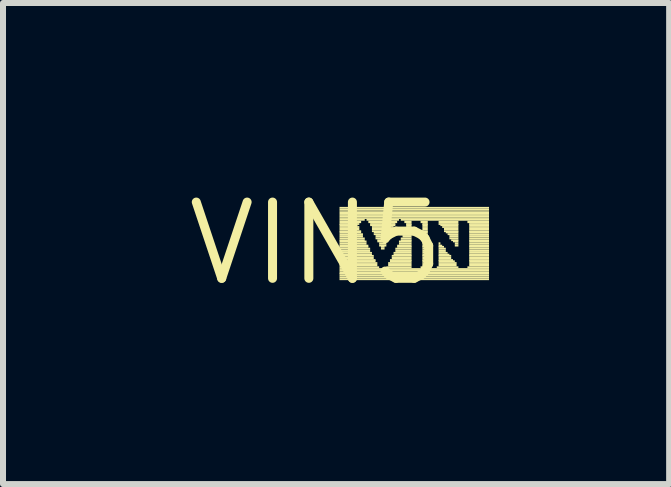
<source format=kicad_pcb>
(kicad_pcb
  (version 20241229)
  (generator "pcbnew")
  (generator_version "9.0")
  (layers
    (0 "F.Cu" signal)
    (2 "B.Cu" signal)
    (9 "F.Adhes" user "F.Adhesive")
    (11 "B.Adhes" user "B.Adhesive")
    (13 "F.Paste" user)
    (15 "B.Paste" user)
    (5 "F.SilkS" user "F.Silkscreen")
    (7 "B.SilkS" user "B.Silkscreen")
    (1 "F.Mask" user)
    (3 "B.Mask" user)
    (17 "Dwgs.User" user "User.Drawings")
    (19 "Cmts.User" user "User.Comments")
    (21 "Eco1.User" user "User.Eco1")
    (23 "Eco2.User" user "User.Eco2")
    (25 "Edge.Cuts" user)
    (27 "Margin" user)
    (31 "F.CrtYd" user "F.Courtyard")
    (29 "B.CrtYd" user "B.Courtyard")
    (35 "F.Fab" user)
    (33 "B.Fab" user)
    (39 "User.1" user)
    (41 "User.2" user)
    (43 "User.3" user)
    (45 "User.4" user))
  (footprint "VIN5"
    (layer "F.Cu")
    (at 2.215 1.006)
    (property "Reference" "VIN5" (at 0 0 0) (layer "F.SilkS") (effects (font (size 1.27 1.27) (thickness 0.15))))
    (fp_poly (pts (xy 0.39 -0.58) (xy 2.88 -0.58) (xy 2.88 -0.61) (xy 0.39 -0.61)) (stroke (width 0) (type default)) (fill yes) (layer "F.SilkS"))
    (fp_poly (pts (xy 0.39 -0.55) (xy 2.88 -0.55) (xy 2.88 -0.58) (xy 0.39 -0.58)) (stroke (width 0) (type default)) (fill yes) (layer "F.SilkS"))
    (fp_poly (pts (xy 0.39 -0.53) (xy 2.88 -0.53) (xy 2.88 -0.55) (xy 0.39 -0.55)) (stroke (width 0) (type default)) (fill yes) (layer "F.SilkS"))
    (fp_poly (pts (xy 0.39 -0.49) (xy 2.88 -0.49) (xy 2.88 -0.53) (xy 0.39 -0.53)) (stroke (width 0) (type default)) (fill yes) (layer "F.SilkS"))
    (fp_poly (pts (xy 0.39 -0.46) (xy 2.88 -0.46) (xy 2.88 -0.49) (xy 0.39 -0.49)) (stroke (width 0) (type default)) (fill yes) (layer "F.SilkS"))
    (fp_poly (pts (xy 0.39 -0.43) (xy 2.88 -0.43) (xy 2.88 -0.46) (xy 0.39 -0.46)) (stroke (width 0) (type default)) (fill yes) (layer "F.SilkS"))
    (fp_poly (pts (xy 0.39 -0.41) (xy 2.88 -0.41) (xy 2.88 -0.43) (xy 0.39 -0.43)) (stroke (width 0) (type default)) (fill yes) (layer "F.SilkS"))
    (fp_poly (pts (xy 0.39 -0.38) (xy 0.81 -0.38) (xy 0.81 -0.41) (xy 0.39 -0.41)) (stroke (width 0) (type default)) (fill yes) (layer "F.SilkS"))
    (fp_poly (pts (xy 0.39 -0.34) (xy 0.75 -0.34) (xy 0.75 -0.38) (xy 0.39 -0.38)) (stroke (width 0) (type default)) (fill yes) (layer "F.SilkS"))
    (fp_poly (pts (xy 0.39 -0.31) (xy 0.72 -0.31) (xy 0.72 -0.34) (xy 0.39 -0.34)) (stroke (width 0) (type default)) (fill yes) (layer "F.SilkS"))
    (fp_poly (pts (xy 0.39 -0.29) (xy 0.69 -0.29) (xy 0.69 -0.32) (xy 0.39 -0.32)) (stroke (width 0) (type default)) (fill yes) (layer "F.SilkS"))
    (fp_poly (pts (xy 0.39 -0.26) (xy 0.72 -0.26) (xy 0.72 -0.29) (xy 0.39 -0.29)) (stroke (width 0) (type default)) (fill yes) (layer "F.SilkS"))
    (fp_poly (pts (xy 0.39 -0.22) (xy 0.72 -0.22) (xy 0.72 -0.26) (xy 0.39 -0.26)) (stroke (width 0) (type default)) (fill yes) (layer "F.SilkS"))
    (fp_poly (pts (xy 0.39 -0.19) (xy 0.75 -0.19) (xy 0.75 -0.22) (xy 0.39 -0.22)) (stroke (width 0) (type default)) (fill yes) (layer "F.SilkS"))
    (fp_poly (pts (xy 0.39 -0.17) (xy 0.75 -0.17) (xy 0.75 -0.2) (xy 0.39 -0.2)) (stroke (width 0) (type default)) (fill yes) (layer "F.SilkS"))
    (fp_poly (pts (xy 0.39 -0.14) (xy 0.78 -0.14) (xy 0.78 -0.17) (xy 0.39 -0.17)) (stroke (width 0) (type default)) (fill yes) (layer "F.SilkS"))
    (fp_poly (pts (xy 0.39 -0.1) (xy 0.78 -0.1) (xy 0.78 -0.14) (xy 0.39 -0.14)) (stroke (width 0) (type default)) (fill yes) (layer "F.SilkS"))
    (fp_poly (pts (xy 0.39 -0.07) (xy 0.81 -0.07) (xy 0.81 -0.1) (xy 0.39 -0.1)) (stroke (width 0) (type default)) (fill yes) (layer "F.SilkS"))
    (fp_poly (pts (xy 0.39 -0.04) (xy 0.81 -0.04) (xy 0.81 -0.07) (xy 0.39 -0.07)) (stroke (width 0) (type default)) (fill yes) (layer "F.SilkS"))
    (fp_poly (pts (xy 0.39 -0.02) (xy 0.84 -0.02) (xy 0.84 -0.05) (xy 0.39 -0.05)) (stroke (width 0) (type default)) (fill yes) (layer "F.SilkS"))
    (fp_poly (pts (xy 0.39 0.02) (xy 0.84 0.02) (xy 0.84 -0.02) (xy 0.39 -0.02)) (stroke (width 0) (type default)) (fill yes) (layer "F.SilkS"))
    (fp_poly (pts (xy 0.39 0.05) (xy 0.87 0.05) (xy 0.87 0.02) (xy 0.39 0.02)) (stroke (width 0) (type default)) (fill yes) (layer "F.SilkS"))
    (fp_poly (pts (xy 0.39 0.07) (xy 0.87 0.07) (xy 0.87 0.04) (xy 0.39 0.04)) (stroke (width 0) (type default)) (fill yes) (layer "F.SilkS"))
    (fp_poly (pts (xy 0.39 0.1) (xy 0.9 0.1) (xy 0.9 0.07) (xy 0.39 0.07)) (stroke (width 0) (type default)) (fill yes) (layer "F.SilkS"))
    (fp_poly (pts (xy 0.39 0.14) (xy 0.9 0.14) (xy 0.9 0.1) (xy 0.39 0.1)) (stroke (width 0) (type default)) (fill yes) (layer "F.SilkS"))
    (fp_poly (pts (xy 0.39 0.17) (xy 0.93 0.17) (xy 0.93 0.14) (xy 0.39 0.14)) (stroke (width 0) (type default)) (fill yes) (layer "F.SilkS"))
    (fp_poly (pts (xy 0.39 0.2) (xy 0.93 0.2) (xy 0.93 0.17) (xy 0.39 0.17)) (stroke (width 0) (type default)) (fill yes) (layer "F.SilkS"))
    (fp_poly (pts (xy 0.39 0.22) (xy 0.96 0.22) (xy 0.96 0.19) (xy 0.39 0.19)) (stroke (width 0) (type default)) (fill yes) (layer "F.SilkS"))
    (fp_poly (pts (xy 0.39 0.26) (xy 0.96 0.26) (xy 0.96 0.22) (xy 0.39 0.22)) (stroke (width 0) (type default)) (fill yes) (layer "F.SilkS"))
    (fp_poly (pts (xy 0.39 0.29) (xy 0.99 0.29) (xy 0.99 0.26) (xy 0.39 0.26)) (stroke (width 0) (type default)) (fill yes) (layer "F.SilkS"))
    (fp_poly (pts (xy 0.39 0.31) (xy 0.99 0.31) (xy 0.99 0.28) (xy 0.39 0.28)) (stroke (width 0) (type default)) (fill yes) (layer "F.SilkS"))
    (fp_poly (pts (xy 0.39 0.34) (xy 1.02 0.34) (xy 1.02 0.31) (xy 0.39 0.31)) (stroke (width 0) (type default)) (fill yes) (layer "F.SilkS"))
    (fp_poly (pts (xy 0.39 0.38) (xy 1.02 0.38) (xy 1.02 0.34) (xy 0.39 0.34)) (stroke (width 0) (type default)) (fill yes) (layer "F.SilkS"))
    (fp_poly (pts (xy 0.39 0.41) (xy 1.05 0.41) (xy 1.05 0.38) (xy 0.39 0.38)) (stroke (width 0) (type default)) (fill yes) (layer "F.SilkS"))
    (fp_poly (pts (xy 0.39 0.44) (xy 2.88 0.44) (xy 2.88 0.41) (xy 0.39 0.41)) (stroke (width 0) (type default)) (fill yes) (layer "F.SilkS"))
    (fp_poly (pts (xy 0.39 0.47) (xy 2.88 0.47) (xy 2.88 0.44) (xy 0.39 0.44)) (stroke (width 0) (type default)) (fill yes) (layer "F.SilkS"))
    (fp_poly (pts (xy 0.39 0.5) (xy 2.88 0.5) (xy 2.88 0.47) (xy 0.39 0.47)) (stroke (width 0) (type default)) (fill yes) (layer "F.SilkS"))
    (fp_poly (pts (xy 0.39 0.52) (xy 2.88 0.52) (xy 2.88 0.49) (xy 0.39 0.49)) (stroke (width 0) (type default)) (fill yes) (layer "F.SilkS"))
    (fp_poly (pts (xy 0.39 0.55) (xy 2.88 0.55) (xy 2.88 0.52) (xy 0.39 0.52)) (stroke (width 0) (type default)) (fill yes) (layer "F.SilkS"))
    (fp_poly (pts (xy 0.39 0.58) (xy 2.88 0.58) (xy 2.88 0.55) (xy 0.39 0.55)) (stroke (width 0) (type default)) (fill yes) (layer "F.SilkS"))
    (fp_poly (pts (xy 0.39 0.61) (xy 2.88 0.61) (xy 2.88 0.58) (xy 0.39 0.58)) (stroke (width 0) (type default)) (fill yes) (layer "F.SilkS"))
    (fp_poly (pts (xy 0.84 -0.38) (xy 1.38 -0.38) (xy 1.38 -0.41) (xy 0.84 -0.41)) (stroke (width 0) (type default)) (fill yes) (layer "F.SilkS"))
    (fp_poly (pts (xy 0.87 -0.34) (xy 1.35 -0.34) (xy 1.35 -0.38) (xy 0.87 -0.38)) (stroke (width 0) (type default)) (fill yes) (layer "F.SilkS"))
    (fp_poly (pts (xy 0.9 -0.31) (xy 1.32 -0.31) (xy 1.32 -0.34) (xy 0.9 -0.34)) (stroke (width 0) (type default)) (fill yes) (layer "F.SilkS"))
    (fp_poly (pts (xy 0.9 -0.29) (xy 1.32 -0.29) (xy 1.32 -0.32) (xy 0.9 -0.32)) (stroke (width 0) (type default)) (fill yes) (layer "F.SilkS"))
    (fp_poly (pts (xy 0.93 -0.26) (xy 1.29 -0.26) (xy 1.29 -0.29) (xy 0.93 -0.29)) (stroke (width 0) (type default)) (fill yes) (layer "F.SilkS"))
    (fp_poly (pts (xy 0.93 -0.22) (xy 1.29 -0.22) (xy 1.29 -0.26) (xy 0.93 -0.26)) (stroke (width 0) (type default)) (fill yes) (layer "F.SilkS"))
    (fp_poly (pts (xy 0.93 -0.19) (xy 1.26 -0.19) (xy 1.26 -0.22) (xy 0.93 -0.22)) (stroke (width 0) (type default)) (fill yes) (layer "F.SilkS"))
    (fp_poly (pts (xy 0.96 -0.17) (xy 1.26 -0.17) (xy 1.26 -0.2) (xy 0.96 -0.2)) (stroke (width 0) (type default)) (fill yes) (layer "F.SilkS"))
    (fp_poly (pts (xy 0.96 -0.14) (xy 1.23 -0.14) (xy 1.23 -0.17) (xy 0.96 -0.17)) (stroke (width 0) (type default)) (fill yes) (layer "F.SilkS"))
    (fp_poly (pts (xy 0.99 -0.1) (xy 1.23 -0.1) (xy 1.23 -0.14) (xy 0.99 -0.14)) (stroke (width 0) (type default)) (fill yes) (layer "F.SilkS"))
    (fp_poly (pts (xy 0.99 -0.07) (xy 1.23 -0.07) (xy 1.23 -0.1) (xy 0.99 -0.1)) (stroke (width 0) (type default)) (fill yes) (layer "F.SilkS"))
    (fp_poly (pts (xy 1.02 -0.04) (xy 1.2 -0.04) (xy 1.2 -0.07) (xy 1.02 -0.07)) (stroke (width 0) (type default)) (fill yes) (layer "F.SilkS"))
    (fp_poly (pts (xy 1.02 -0.02) (xy 1.2 -0.02) (xy 1.2 -0.05) (xy 1.02 -0.05)) (stroke (width 0) (type default)) (fill yes) (layer "F.SilkS"))
    (fp_poly (pts (xy 1.05 0.02) (xy 1.17 0.02) (xy 1.17 -0.02) (xy 1.05 -0.02)) (stroke (width 0) (type default)) (fill yes) (layer "F.SilkS"))
    (fp_poly (pts (xy 1.05 0.05) (xy 1.17 0.05) (xy 1.17 0.02) (xy 1.05 0.02)) (stroke (width 0) (type default)) (fill yes) (layer "F.SilkS"))
    (fp_poly (pts (xy 1.08 0.07) (xy 1.14 0.07) (xy 1.14 0.04) (xy 1.08 0.04)) (stroke (width 0) (type default)) (fill yes) (layer "F.SilkS"))
    (fp_poly (pts (xy 1.08 0.1) (xy 1.14 0.1) (xy 1.14 0.07) (xy 1.08 0.07)) (stroke (width 0) (type default)) (fill yes) (layer "F.SilkS"))
    (fp_poly (pts (xy 1.17 0.41) (xy 1.59 0.41) (xy 1.59 0.38) (xy 1.17 0.38)) (stroke (width 0) (type default)) (fill yes) (layer "F.SilkS"))
    (fp_poly (pts (xy 1.2 0.34) (xy 1.59 0.34) (xy 1.59 0.31) (xy 1.2 0.31)) (stroke (width 0) (type default)) (fill yes) (layer "F.SilkS"))
    (fp_poly (pts (xy 1.2 0.38) (xy 1.59 0.38) (xy 1.59 0.34) (xy 1.2 0.34)) (stroke (width 0) (type default)) (fill yes) (layer "F.SilkS"))
    (fp_poly (pts (xy 1.23 0.29) (xy 1.59 0.29) (xy 1.59 0.26) (xy 1.23 0.26)) (stroke (width 0) (type default)) (fill yes) (layer "F.SilkS"))
    (fp_poly (pts (xy 1.23 0.31) (xy 1.59 0.31) (xy 1.59 0.28) (xy 1.23 0.28)) (stroke (width 0) (type default)) (fill yes) (layer "F.SilkS"))
    (fp_poly (pts (xy 1.26 0.22) (xy 1.59 0.22) (xy 1.59 0.19) (xy 1.26 0.19)) (stroke (width 0) (type default)) (fill yes) (layer "F.SilkS"))
    (fp_poly (pts (xy 1.26 0.26) (xy 1.59 0.26) (xy 1.59 0.22) (xy 1.26 0.22)) (stroke (width 0) (type default)) (fill yes) (layer "F.SilkS"))
    (fp_poly (pts (xy 1.29 0.17) (xy 1.59 0.17) (xy 1.59 0.14) (xy 1.29 0.14)) (stroke (width 0) (type default)) (fill yes) (layer "F.SilkS"))
    (fp_poly (pts (xy 1.29 0.2) (xy 1.59 0.2) (xy 1.59 0.17) (xy 1.29 0.17)) (stroke (width 0) (type default)) (fill yes) (layer "F.SilkS"))
    (fp_poly (pts (xy 1.32 0.1) (xy 1.59 0.1) (xy 1.59 0.07) (xy 1.32 0.07)) (stroke (width 0) (type default)) (fill yes) (layer "F.SilkS"))
    (fp_poly (pts (xy 1.32 0.14) (xy 1.59 0.14) (xy 1.59 0.1) (xy 1.32 0.1)) (stroke (width 0) (type default)) (fill yes) (layer "F.SilkS"))
    (fp_poly (pts (xy 1.35 0.05) (xy 1.59 0.05) (xy 1.59 0.02) (xy 1.35 0.02)) (stroke (width 0) (type default)) (fill yes) (layer "F.SilkS"))
    (fp_poly (pts (xy 1.35 0.07) (xy 1.59 0.07) (xy 1.59 0.04) (xy 1.35 0.04)) (stroke (width 0) (type default)) (fill yes) (layer "F.SilkS"))
    (fp_poly (pts (xy 1.38 -0.02) (xy 1.59 -0.02) (xy 1.59 -0.05) (xy 1.38 -0.05)) (stroke (width 0) (type default)) (fill yes) (layer "F.SilkS"))
    (fp_poly (pts (xy 1.38 0.02) (xy 1.59 0.02) (xy 1.59 -0.02) (xy 1.38 -0.02)) (stroke (width 0) (type default)) (fill yes) (layer "F.SilkS"))
    (fp_poly (pts (xy 1.41 -0.38) (xy 2.88 -0.38) (xy 2.88 -0.41) (xy 1.41 -0.41)) (stroke (width 0) (type default)) (fill yes) (layer "F.SilkS"))
    (fp_poly (pts (xy 1.41 -0.07) (xy 1.59 -0.07) (xy 1.59 -0.1) (xy 1.41 -0.1)) (stroke (width 0) (type default)) (fill yes) (layer "F.SilkS"))
    (fp_poly (pts (xy 1.41 -0.04) (xy 1.59 -0.04) (xy 1.59 -0.07) (xy 1.41 -0.07)) (stroke (width 0) (type default)) (fill yes) (layer "F.SilkS"))
    (fp_poly (pts (xy 1.44 -0.14) (xy 1.59 -0.14) (xy 1.59 -0.17) (xy 1.44 -0.17)) (stroke (width 0) (type default)) (fill yes) (layer "F.SilkS"))
    (fp_poly (pts (xy 1.44 -0.1) (xy 1.59 -0.1) (xy 1.59 -0.14) (xy 1.44 -0.14)) (stroke (width 0) (type default)) (fill yes) (layer "F.SilkS"))
    (fp_poly (pts (xy 1.47 -0.34) (xy 1.59 -0.34) (xy 1.59 -0.38) (xy 1.47 -0.38)) (stroke (width 0) (type default)) (fill yes) (layer "F.SilkS"))
    (fp_poly (pts (xy 1.47 -0.19) (xy 1.59 -0.19) (xy 1.59 -0.22) (xy 1.47 -0.22)) (stroke (width 0) (type default)) (fill yes) (layer "F.SilkS"))
    (fp_poly (pts (xy 1.47 -0.17) (xy 1.59 -0.17) (xy 1.59 -0.2) (xy 1.47 -0.2)) (stroke (width 0) (type default)) (fill yes) (layer "F.SilkS"))
    (fp_poly (pts (xy 1.5 -0.31) (xy 1.59 -0.31) (xy 1.59 -0.34) (xy 1.5 -0.34)) (stroke (width 0) (type default)) (fill yes) (layer "F.SilkS"))
    (fp_poly (pts (xy 1.5 -0.29) (xy 1.59 -0.29) (xy 1.59 -0.32) (xy 1.5 -0.32)) (stroke (width 0) (type default)) (fill yes) (layer "F.SilkS"))
    (fp_poly (pts (xy 1.5 -0.26) (xy 1.59 -0.26) (xy 1.59 -0.29) (xy 1.5 -0.29)) (stroke (width 0) (type default)) (fill yes) (layer "F.SilkS"))
    (fp_poly (pts (xy 1.5 -0.22) (xy 1.59 -0.22) (xy 1.59 -0.26) (xy 1.5 -0.26)) (stroke (width 0) (type default)) (fill yes) (layer "F.SilkS"))
    (fp_poly (pts (xy 1.74 -0.34) (xy 1.86 -0.34) (xy 1.86 -0.38) (xy 1.74 -0.38)) (stroke (width 0) (type default)) (fill yes) (layer "F.SilkS"))
    (fp_poly (pts (xy 1.74 0.41) (xy 1.89 0.41) (xy 1.89 0.38) (xy 1.74 0.38)) (stroke (width 0) (type default)) (fill yes) (layer "F.SilkS"))
    (fp_poly (pts (xy 1.77 -0.31) (xy 1.86 -0.31) (xy 1.86 -0.34) (xy 1.77 -0.34)) (stroke (width 0) (type default)) (fill yes) (layer "F.SilkS"))
    (fp_poly (pts (xy 1.77 -0.29) (xy 1.86 -0.29) (xy 1.86 -0.32) (xy 1.77 -0.32)) (stroke (width 0) (type default)) (fill yes) (layer "F.SilkS"))
    (fp_poly (pts (xy 1.77 -0.26) (xy 1.86 -0.26) (xy 1.86 -0.29) (xy 1.77 -0.29)) (stroke (width 0) (type default)) (fill yes) (layer "F.SilkS"))
    (fp_poly (pts (xy 1.77 -0.22) (xy 1.86 -0.22) (xy 1.86 -0.26) (xy 1.77 -0.26)) (stroke (width 0) (type default)) (fill yes) (layer "F.SilkS"))
    (fp_poly (pts (xy 1.77 -0.19) (xy 1.86 -0.19) (xy 1.86 -0.22) (xy 1.77 -0.22)) (stroke (width 0) (type default)) (fill yes) (layer "F.SilkS"))
    (fp_poly (pts (xy 1.77 -0.17) (xy 1.86 -0.17) (xy 1.86 -0.2) (xy 1.77 -0.2)) (stroke (width 0) (type default)) (fill yes) (layer "F.SilkS"))
    (fp_poly (pts (xy 1.77 -0.14) (xy 1.86 -0.14) (xy 1.86 -0.17) (xy 1.77 -0.17)) (stroke (width 0) (type default)) (fill yes) (layer "F.SilkS"))
    (fp_poly (pts (xy 1.77 -0.1) (xy 1.86 -0.1) (xy 1.86 -0.14) (xy 1.77 -0.14)) (stroke (width 0) (type default)) (fill yes) (layer "F.SilkS"))
    (fp_poly (pts (xy 1.77 -0.07) (xy 1.86 -0.07) (xy 1.86 -0.1) (xy 1.77 -0.1)) (stroke (width 0) (type default)) (fill yes) (layer "F.SilkS"))
    (fp_poly (pts (xy 1.77 -0.04) (xy 1.86 -0.04) (xy 1.86 -0.07) (xy 1.77 -0.07)) (stroke (width 0) (type default)) (fill yes) (layer "F.SilkS"))
    (fp_poly (pts (xy 1.77 -0.02) (xy 1.86 -0.02) (xy 1.86 -0.05) (xy 1.77 -0.05)) (stroke (width 0) (type default)) (fill yes) (layer "F.SilkS"))
    (fp_poly (pts (xy 1.77 0.02) (xy 1.86 0.02) (xy 1.86 -0.02) (xy 1.77 -0.02)) (stroke (width 0) (type default)) (fill yes) (layer "F.SilkS"))
    (fp_poly (pts (xy 1.77 0.05) (xy 1.86 0.05) (xy 1.86 0.02) (xy 1.77 0.02)) (stroke (width 0) (type default)) (fill yes) (layer "F.SilkS"))
    (fp_poly (pts (xy 1.77 0.07) (xy 1.86 0.07) (xy 1.86 0.04) (xy 1.77 0.04)) (stroke (width 0) (type default)) (fill yes) (layer "F.SilkS"))
    (fp_poly (pts (xy 1.77 0.1) (xy 1.86 0.1) (xy 1.86 0.07) (xy 1.77 0.07)) (stroke (width 0) (type default)) (fill yes) (layer "F.SilkS"))
    (fp_poly (pts (xy 1.77 0.14) (xy 1.86 0.14) (xy 1.86 0.1) (xy 1.77 0.1)) (stroke (width 0) (type default)) (fill yes) (layer "F.SilkS"))
    (fp_poly (pts (xy 1.77 0.17) (xy 1.86 0.17) (xy 1.86 0.14) (xy 1.77 0.14)) (stroke (width 0) (type default)) (fill yes) (layer "F.SilkS"))
    (fp_poly (pts (xy 1.77 0.2) (xy 1.86 0.2) (xy 1.86 0.17) (xy 1.77 0.17)) (stroke (width 0) (type default)) (fill yes) (layer "F.SilkS"))
    (fp_poly (pts (xy 1.77 0.22) (xy 1.86 0.22) (xy 1.86 0.19) (xy 1.77 0.19)) (stroke (width 0) (type default)) (fill yes) (layer "F.SilkS"))
    (fp_poly (pts (xy 1.77 0.26) (xy 1.86 0.26) (xy 1.86 0.22) (xy 1.77 0.22)) (stroke (width 0) (type default)) (fill yes) (layer "F.SilkS"))
    (fp_poly (pts (xy 1.77 0.29) (xy 1.86 0.29) (xy 1.86 0.26) (xy 1.77 0.26)) (stroke (width 0) (type default)) (fill yes) (layer "F.SilkS"))
    (fp_poly (pts (xy 1.77 0.31) (xy 1.86 0.31) (xy 1.86 0.28) (xy 1.77 0.28)) (stroke (width 0) (type default)) (fill yes) (layer "F.SilkS"))
    (fp_poly (pts (xy 1.77 0.34) (xy 1.86 0.34) (xy 1.86 0.31) (xy 1.77 0.31)) (stroke (width 0) (type default)) (fill yes) (layer "F.SilkS"))
    (fp_poly (pts (xy 1.77 0.38) (xy 1.86 0.38) (xy 1.86 0.34) (xy 1.77 0.34)) (stroke (width 0) (type default)) (fill yes) (layer "F.SilkS"))
    (fp_poly (pts (xy 2.01 0.41) (xy 2.37 0.41) (xy 2.37 0.38) (xy 2.01 0.38)) (stroke (width 0) (type default)) (fill yes) (layer "F.SilkS"))
    (fp_poly (pts (xy 2.04 -0.34) (xy 2.37 -0.34) (xy 2.37 -0.38) (xy 2.04 -0.38)) (stroke (width 0) (type default)) (fill yes) (layer "F.SilkS"))
    (fp_poly (pts (xy 2.04 -0.31) (xy 2.37 -0.31) (xy 2.37 -0.34) (xy 2.04 -0.34)) (stroke (width 0) (type default)) (fill yes) (layer "F.SilkS"))
    (fp_poly (pts (xy 2.04 0.02) (xy 2.07 0.02) (xy 2.07 -0.02) (xy 2.04 -0.02)) (stroke (width 0) (type default)) (fill yes) (layer "F.SilkS"))
    (fp_poly (pts (xy 2.04 0.05) (xy 2.1 0.05) (xy 2.1 0.02) (xy 2.04 0.02)) (stroke (width 0) (type default)) (fill yes) (layer "F.SilkS"))
    (fp_poly (pts (xy 2.04 0.07) (xy 2.13 0.07) (xy 2.13 0.04) (xy 2.04 0.04)) (stroke (width 0) (type default)) (fill yes) (layer "F.SilkS"))
    (fp_poly (pts (xy 2.04 0.1) (xy 2.16 0.1) (xy 2.16 0.07) (xy 2.04 0.07)) (stroke (width 0) (type default)) (fill yes) (layer "F.SilkS"))
    (fp_poly (pts (xy 2.04 0.14) (xy 2.16 0.14) (xy 2.16 0.1) (xy 2.04 0.1)) (stroke (width 0) (type default)) (fill yes) (layer "F.SilkS"))
    (fp_poly (pts (xy 2.04 0.17) (xy 2.19 0.17) (xy 2.19 0.14) (xy 2.04 0.14)) (stroke (width 0) (type default)) (fill yes) (layer "F.SilkS"))
    (fp_poly (pts (xy 2.04 0.2) (xy 2.22 0.2) (xy 2.22 0.17) (xy 2.04 0.17)) (stroke (width 0) (type default)) (fill yes) (layer "F.SilkS"))
    (fp_poly (pts (xy 2.04 0.22) (xy 2.25 0.22) (xy 2.25 0.19) (xy 2.04 0.19)) (stroke (width 0) (type default)) (fill yes) (layer "F.SilkS"))
    (fp_poly (pts (xy 2.04 0.26) (xy 2.25 0.26) (xy 2.25 0.22) (xy 2.04 0.22)) (stroke (width 0) (type default)) (fill yes) (layer "F.SilkS"))
    (fp_poly (pts (xy 2.04 0.29) (xy 2.28 0.29) (xy 2.28 0.26) (xy 2.04 0.26)) (stroke (width 0) (type default)) (fill yes) (layer "F.SilkS"))
    (fp_poly (pts (xy 2.04 0.31) (xy 2.31 0.31) (xy 2.31 0.28) (xy 2.04 0.28)) (stroke (width 0) (type default)) (fill yes) (layer "F.SilkS"))
    (fp_poly (pts (xy 2.04 0.34) (xy 2.34 0.34) (xy 2.34 0.31) (xy 2.04 0.31)) (stroke (width 0) (type default)) (fill yes) (layer "F.SilkS"))
    (fp_poly (pts (xy 2.04 0.38) (xy 2.34 0.38) (xy 2.34 0.34) (xy 2.04 0.34)) (stroke (width 0) (type default)) (fill yes) (layer "F.SilkS"))
    (fp_poly (pts (xy 2.07 -0.29) (xy 2.37 -0.29) (xy 2.37 -0.32) (xy 2.07 -0.32)) (stroke (width 0) (type default)) (fill yes) (layer "F.SilkS"))
    (fp_poly (pts (xy 2.1 -0.26) (xy 2.37 -0.26) (xy 2.37 -0.29) (xy 2.1 -0.29)) (stroke (width 0) (type default)) (fill yes) (layer "F.SilkS"))
    (fp_poly (pts (xy 2.13 -0.22) (xy 2.37 -0.22) (xy 2.37 -0.26) (xy 2.13 -0.26)) (stroke (width 0) (type default)) (fill yes) (layer "F.SilkS"))
    (fp_poly (pts (xy 2.13 -0.19) (xy 2.37 -0.19) (xy 2.37 -0.22) (xy 2.13 -0.22)) (stroke (width 0) (type default)) (fill yes) (layer "F.SilkS"))
    (fp_poly (pts (xy 2.16 -0.17) (xy 2.37 -0.17) (xy 2.37 -0.2) (xy 2.16 -0.2)) (stroke (width 0) (type default)) (fill yes) (layer "F.SilkS"))
    (fp_poly (pts (xy 2.19 -0.14) (xy 2.37 -0.14) (xy 2.37 -0.17) (xy 2.19 -0.17)) (stroke (width 0) (type default)) (fill yes) (layer "F.SilkS"))
    (fp_poly (pts (xy 2.22 -0.1) (xy 2.37 -0.1) (xy 2.37 -0.14) (xy 2.22 -0.14)) (stroke (width 0) (type default)) (fill yes) (layer "F.SilkS"))
    (fp_poly (pts (xy 2.22 -0.07) (xy 2.37 -0.07) (xy 2.37 -0.1) (xy 2.22 -0.1)) (stroke (width 0) (type default)) (fill yes) (layer "F.SilkS"))
    (fp_poly (pts (xy 2.25 -0.04) (xy 2.37 -0.04) (xy 2.37 -0.07) (xy 2.25 -0.07)) (stroke (width 0) (type default)) (fill yes) (layer "F.SilkS"))
    (fp_poly (pts (xy 2.28 -0.02) (xy 2.37 -0.02) (xy 2.37 -0.05) (xy 2.28 -0.05)) (stroke (width 0) (type default)) (fill yes) (layer "F.SilkS"))
    (fp_poly (pts (xy 2.31 0.02) (xy 2.37 0.02) (xy 2.37 -0.02) (xy 2.31 -0.02)) (stroke (width 0) (type default)) (fill yes) (layer "F.SilkS"))
    (fp_poly (pts (xy 2.31 0.05) (xy 2.37 0.05) (xy 2.37 0.02) (xy 2.31 0.02)) (stroke (width 0) (type default)) (fill yes) (layer "F.SilkS"))
    (fp_poly (pts (xy 2.52 -0.34) (xy 2.88 -0.34) (xy 2.88 -0.38) (xy 2.52 -0.38)) (stroke (width 0) (type default)) (fill yes) (layer "F.SilkS"))
    (fp_poly (pts (xy 2.52 0.41) (xy 2.88 0.41) (xy 2.88 0.38) (xy 2.52 0.38)) (stroke (width 0) (type default)) (fill yes) (layer "F.SilkS"))
    (fp_poly (pts (xy 2.55 -0.31) (xy 2.88 -0.31) (xy 2.88 -0.34) (xy 2.55 -0.34)) (stroke (width 0) (type default)) (fill yes) (layer "F.SilkS"))
    (fp_poly (pts (xy 2.55 -0.29) (xy 2.88 -0.29) (xy 2.88 -0.32) (xy 2.55 -0.32)) (stroke (width 0) (type default)) (fill yes) (layer "F.SilkS"))
    (fp_poly (pts (xy 2.55 -0.26) (xy 2.88 -0.26) (xy 2.88 -0.29) (xy 2.55 -0.29)) (stroke (width 0) (type default)) (fill yes) (layer "F.SilkS"))
    (fp_poly (pts (xy 2.55 -0.22) (xy 2.88 -0.22) (xy 2.88 -0.26) (xy 2.55 -0.26)) (stroke (width 0) (type default)) (fill yes) (layer "F.SilkS"))
    (fp_poly (pts (xy 2.55 -0.19) (xy 2.88 -0.19) (xy 2.88 -0.22) (xy 2.55 -0.22)) (stroke (width 0) (type default)) (fill yes) (layer "F.SilkS"))
    (fp_poly (pts (xy 2.55 -0.17) (xy 2.88 -0.17) (xy 2.88 -0.2) (xy 2.55 -0.2)) (stroke (width 0) (type default)) (fill yes) (layer "F.SilkS"))
    (fp_poly (pts (xy 2.55 -0.14) (xy 2.88 -0.14) (xy 2.88 -0.17) (xy 2.55 -0.17)) (stroke (width 0) (type default)) (fill yes) (layer "F.SilkS"))
    (fp_poly (pts (xy 2.55 -0.1) (xy 2.88 -0.1) (xy 2.88 -0.14) (xy 2.55 -0.14)) (stroke (width 0) (type default)) (fill yes) (layer "F.SilkS"))
    (fp_poly (pts (xy 2.55 -0.07) (xy 2.88 -0.07) (xy 2.88 -0.1) (xy 2.55 -0.1)) (stroke (width 0) (type default)) (fill yes) (layer "F.SilkS"))
    (fp_poly (pts (xy 2.55 -0.04) (xy 2.88 -0.04) (xy 2.88 -0.07) (xy 2.55 -0.07)) (stroke (width 0) (type default)) (fill yes) (layer "F.SilkS"))
    (fp_poly (pts (xy 2.55 -0.02) (xy 2.88 -0.02) (xy 2.88 -0.05) (xy 2.55 -0.05)) (stroke (width 0) (type default)) (fill yes) (layer "F.SilkS"))
    (fp_poly (pts (xy 2.55 0.02) (xy 2.88 0.02) (xy 2.88 -0.02) (xy 2.55 -0.02)) (stroke (width 0) (type default)) (fill yes) (layer "F.SilkS"))
    (fp_poly (pts (xy 2.55 0.05) (xy 2.88 0.05) (xy 2.88 0.02) (xy 2.55 0.02)) (stroke (width 0) (type default)) (fill yes) (layer "F.SilkS"))
    (fp_poly (pts (xy 2.55 0.07) (xy 2.88 0.07) (xy 2.88 0.04) (xy 2.55 0.04)) (stroke (width 0) (type default)) (fill yes) (layer "F.SilkS"))
    (fp_poly (pts (xy 2.55 0.1) (xy 2.88 0.1) (xy 2.88 0.07) (xy 2.55 0.07)) (stroke (width 0) (type default)) (fill yes) (layer "F.SilkS"))
    (fp_poly (pts (xy 2.55 0.14) (xy 2.88 0.14) (xy 2.88 0.1) (xy 2.55 0.1)) (stroke (width 0) (type default)) (fill yes) (layer "F.SilkS"))
    (fp_poly (pts (xy 2.55 0.17) (xy 2.88 0.17) (xy 2.88 0.14) (xy 2.55 0.14)) (stroke (width 0) (type default)) (fill yes) (layer "F.SilkS"))
    (fp_poly (pts (xy 2.55 0.2) (xy 2.88 0.2) (xy 2.88 0.17) (xy 2.55 0.17)) (stroke (width 0) (type default)) (fill yes) (layer "F.SilkS"))
    (fp_poly (pts (xy 2.55 0.22) (xy 2.88 0.22) (xy 2.88 0.19) (xy 2.55 0.19)) (stroke (width 0) (type default)) (fill yes) (layer "F.SilkS"))
    (fp_poly (pts (xy 2.55 0.26) (xy 2.88 0.26) (xy 2.88 0.22) (xy 2.55 0.22)) (stroke (width 0) (type default)) (fill yes) (layer "F.SilkS"))
    (fp_poly (pts (xy 2.55 0.29) (xy 2.88 0.29) (xy 2.88 0.26) (xy 2.55 0.26)) (stroke (width 0) (type default)) (fill yes) (layer "F.SilkS"))
    (fp_poly (pts (xy 2.55 0.31) (xy 2.88 0.31) (xy 2.88 0.28) (xy 2.55 0.28)) (stroke (width 0) (type default)) (fill yes) (layer "F.SilkS"))
    (fp_poly (pts (xy 2.55 0.34) (xy 2.88 0.34) (xy 2.88 0.31) (xy 2.55 0.31)) (stroke (width 0) (type default)) (fill yes) (layer "F.SilkS"))
    (fp_poly (pts (xy 2.55 0.38) (xy 2.88 0.38) (xy 2.88 0.34) (xy 2.55 0.34)) (stroke (width 0) (type default)) (fill yes) (layer "F.SilkS")))
  (gr_rect
    (start -3 -3)
    (end 8.095 5.012)
    (stroke (width 0.1) (type default))
    (fill no)
    (layer "Edge.Cuts")))
</source>
